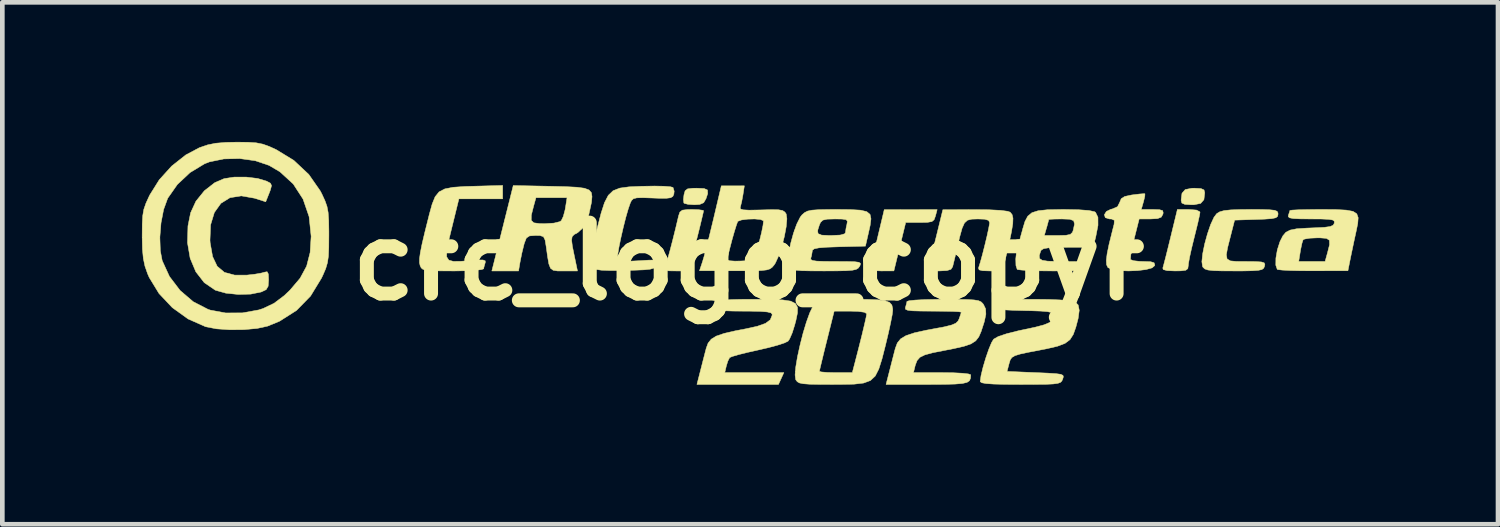
<source format=kicad_pcb>
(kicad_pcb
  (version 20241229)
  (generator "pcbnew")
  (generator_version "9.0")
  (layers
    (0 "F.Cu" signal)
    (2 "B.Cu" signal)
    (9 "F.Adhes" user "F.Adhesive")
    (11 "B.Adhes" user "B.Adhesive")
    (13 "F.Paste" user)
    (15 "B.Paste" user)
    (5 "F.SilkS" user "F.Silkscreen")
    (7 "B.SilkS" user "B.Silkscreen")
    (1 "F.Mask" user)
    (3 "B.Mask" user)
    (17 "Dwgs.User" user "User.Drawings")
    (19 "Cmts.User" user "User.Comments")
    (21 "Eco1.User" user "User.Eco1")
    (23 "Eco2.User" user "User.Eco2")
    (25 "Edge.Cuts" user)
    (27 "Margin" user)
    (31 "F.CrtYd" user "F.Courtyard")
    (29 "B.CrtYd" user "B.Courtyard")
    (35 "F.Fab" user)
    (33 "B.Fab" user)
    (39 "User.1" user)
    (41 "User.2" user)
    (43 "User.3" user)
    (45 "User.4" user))
  (footprint "crc_logo_copyr"
    (layer "F.Cu")
    (at 13.034 2.569)
    (property "Reference" "crc_logo_copyr" (at 0 0 0) (layer "F.SilkS") (effects (font (size 1.524 1.524) (thickness 0.3))))
    (attr through_hole)
    (fp_poly (pts (xy 9.723 -1.567) (xy 9.788 -1.538) (xy 9.804 -1.477) (xy 9.786 -1.328) (xy 9.716 -1.248) (xy 9.574 -1.22) (xy 9.52 -1.219) (xy 9.378 -1.227) (xy 9.312 -1.256) (xy 9.296 -1.317) (xy 9.315 -1.466) (xy 9.385 -1.546) (xy 9.527 -1.574) (xy 9.581 -1.575) (xy 9.723 -1.567)) (stroke (width 0.01) (type solid)) (fill yes) (layer "F.SilkS"))
    (fp_poly (pts (xy -0.954 -1.568) (xy -0.881 -1.536) (xy -0.877 -1.459) (xy -0.913 -1.35) (xy -0.963 -1.263) (xy -1.049 -1.226) (xy -1.164 -1.219) (xy -1.298 -1.228) (xy -1.381 -1.25) (xy -1.389 -1.258) (xy -1.398 -1.331) (xy -1.386 -1.435) (xy -1.362 -1.519) (xy -1.31 -1.56) (xy -1.201 -1.574) (xy -1.112 -1.575) (xy -0.954 -1.568)) (stroke (width 0.01) (type solid)) (fill yes) (layer "F.SilkS"))
    (fp_poly (pts (xy 4.017 -0.976) (xy 3.989 -0.899) (xy 3.941 -0.858) (xy 3.844 -0.841) (xy 3.679 -0.838) (xy 3.378 -0.838) (xy 3.251 -0.318) (xy 3.124 0.202) (xy 2.853 0.203) (xy 2.689 0.196) (xy 2.613 0.172) (xy 2.608 0.14) (xy 2.629 0.068) (xy 2.668 -0.082) (xy 2.719 -0.286) (xy 2.775 -0.518) (xy 2.917 -1.113) (xy 3.486 -1.114) (xy 4.054 -1.115) (xy 4.017 -0.976)) (stroke (width 0.01) (type solid)) (fill yes) (layer "F.SilkS"))
    (fp_poly (pts (xy -1.074 -1.113) (xy -0.982 -1.1) (xy -0.965 -1.091) (xy -0.977 -1.034) (xy -1.009 -0.899) (xy -1.056 -0.703) (xy -1.115 -0.468) (xy -1.124 -0.43) (xy -1.283 0.203) (xy -1.554 0.203) (xy -1.711 0.201) (xy -1.786 0.187) (xy -1.801 0.148) (xy -1.777 0.075) (xy -1.742 -0.038) (xy -1.69 -0.224) (xy -1.629 -0.458) (xy -1.565 -0.715) (xy -1.505 -0.969) (xy -1.503 -0.978) (xy -1.475 -1.061) (xy -1.422 -1.103) (xy -1.313 -1.116) (xy -1.218 -1.118) (xy -1.074 -1.113)) (stroke (width 0.01) (type solid)) (fill yes) (layer "F.SilkS"))
    (fp_poly (pts (xy 9.459 -1.118) (xy 9.628 -1.105) (xy 9.699 -1.067) (xy 9.702 -1.054) (xy 9.689 -0.98) (xy 9.656 -0.832) (xy 9.608 -0.636) (xy 9.576 -0.508) (xy 9.522 -0.288) (xy 9.479 -0.094) (xy 9.454 0.046) (xy 9.45 0.089) (xy 9.44 0.154) (xy 9.396 0.188) (xy 9.294 0.201) (xy 9.164 0.203) (xy 8.994 0.196) (xy 8.912 0.173) (xy 8.903 0.14) (xy 8.923 0.068) (xy 8.962 -0.081) (xy 9.013 -0.285) (xy 9.071 -0.521) (xy 9.216 -1.118) (xy 9.459 -1.118)) (stroke (width 0.01) (type solid)) (fill yes) (layer "F.SilkS"))
    (fp_poly (pts (xy -5.283 -1.49) (xy -5.283 -1.346) (xy -6.223 -1.346) (xy -6.379 -0.711) (xy -6.448 -0.427) (xy -6.486 -0.228) (xy -6.486 -0.1) (xy -6.44 -0.029) (xy -6.341 -0.002) (xy -6.181 -0.004) (xy -6.007 -0.018) (xy -5.814 -0.032) (xy -5.704 -0.032) (xy -5.657 -0.014) (xy -5.656 0.023) (xy -5.659 0.03) (xy -5.686 0.126) (xy -5.69 0.157) (xy -5.737 0.174) (xy -5.868 0.189) (xy -6.065 0.199) (xy -6.308 0.203) (xy -6.352 0.203) (xy -6.622 0.202) (xy -6.808 0.198) (xy -6.927 0.188) (xy -6.996 0.168) (xy -7.033 0.137) (xy -7.055 0.091) (xy -7.056 0.09) (xy -7.07 0.026) (xy -7.069 -0.064) (xy -7.051 -0.194) (xy -7.014 -0.379) (xy -6.954 -0.632) (xy -6.87 -0.967) (xy -6.859 -1.012) (xy -6.798 -1.233) (xy -6.734 -1.391) (xy -6.649 -1.496) (xy -6.526 -1.56) (xy -6.347 -1.595) (xy -6.094 -1.612) (xy -5.917 -1.617) (xy -5.283 -1.634) (xy -5.283 -1.49)) (stroke (width 0.01) (type solid)) (fill yes) (layer "F.SilkS"))
    (fp_poly (pts (xy -10.548 -1.784) (xy -10.357 -1.727) (xy -10.274 -1.683) (xy -10.249 -1.631) (xy -10.274 -1.537) (xy -10.298 -1.474) (xy -10.374 -1.283) (xy -10.614 -1.36) (xy -10.899 -1.41) (xy -11.142 -1.371) (xy -11.337 -1.25) (xy -11.478 -1.053) (xy -11.559 -0.786) (xy -11.572 -0.456) (xy -11.568 -0.402) (xy -11.516 -0.106) (xy -11.417 0.103) (xy -11.261 0.234) (xy -11.04 0.293) (xy -10.782 0.293) (xy -10.606 0.273) (xy -10.461 0.247) (xy -10.401 0.23) (xy -10.344 0.22) (xy -10.318 0.269) (xy -10.312 0.396) (xy -10.322 0.532) (xy -10.365 0.605) (xy -10.466 0.653) (xy -10.472 0.655) (xy -10.696 0.701) (xy -10.965 0.708) (xy -11.233 0.68) (xy -11.453 0.618) (xy -11.461 0.614) (xy -11.695 0.454) (xy -11.876 0.221) (xy -11.998 -0.07) (xy -12.055 -0.403) (xy -12.045 -0.763) (xy -11.988 -1.046) (xy -11.874 -1.294) (xy -11.693 -1.519) (xy -11.47 -1.693) (xy -11.269 -1.78) (xy -11.05 -1.814) (xy -10.794 -1.814) (xy -10.548 -1.784)) (stroke (width 0.01) (type solid)) (fill yes) (layer "F.SilkS"))
    (fp_poly (pts (xy 11.031 -1.117) (xy 11.203 -1.111) (xy 11.306 -1.1) (xy 11.359 -1.078) (xy 11.377 -1.045) (xy 11.379 -1.018) (xy 11.37 -0.971) (xy 11.332 -0.94) (xy 11.244 -0.921) (xy 11.088 -0.91) (xy 10.912 -0.904) (xy 10.446 -0.889) (xy 10.355 -0.533) (xy 10.295 -0.298) (xy 10.268 -0.144) (xy 10.284 -0.055) (xy 10.354 -0.013) (xy 10.49 -0.000478) (xy 10.689 0) (xy 10.896 0.002) (xy 11.021 0.01) (xy 11.081 0.029) (xy 11.096 0.063) (xy 11.089 0.102) (xy 11.071 0.144) (xy 11.032 0.173) (xy 10.955 0.19) (xy 10.822 0.199) (xy 10.616 0.203) (xy 10.435 0.203) (xy 10.17 0.202) (xy 9.989 0.196) (xy 9.873 0.183) (xy 9.805 0.16) (xy 9.767 0.125) (xy 9.757 0.107) (xy 9.742 0.003) (xy 9.76 -0.167) (xy 9.802 -0.375) (xy 9.862 -0.593) (xy 9.931 -0.795) (xy 10.003 -0.951) (xy 10.062 -1.029) (xy 10.127 -1.068) (xy 10.221 -1.094) (xy 10.363 -1.109) (xy 10.572 -1.116) (xy 10.775 -1.118) (xy 11.031 -1.117)) (stroke (width 0.01) (type solid)) (fill yes) (layer "F.SilkS"))
    (fp_poly (pts (xy 5.177 -1.111) (xy 5.415 -1.099) (xy 5.568 -1.079) (xy 5.622 -1.06) (xy 5.664 -1.009) (xy 5.683 -0.932) (xy 5.679 -0.813) (xy 5.65 -0.634) (xy 5.596 -0.379) (xy 5.576 -0.292) (xy 5.461 0.203) (xy 5.189 0.203) (xy 5.032 0.198) (xy 4.956 0.18) (xy 4.942 0.141) (xy 4.948 0.123) (xy 4.982 0.015) (xy 5.028 -0.152) (xy 5.078 -0.349) (xy 5.125 -0.545) (xy 5.161 -0.711) (xy 5.18 -0.818) (xy 5.182 -0.834) (xy 5.158 -0.884) (xy 5.073 -0.909) (xy 4.929 -0.914) (xy 4.798 -0.91) (xy 4.706 -0.887) (xy 4.641 -0.828) (xy 4.59 -0.715) (xy 4.539 -0.531) (xy 4.498 -0.356) (xy 4.453 -0.16) (xy 4.413 0.005) (xy 4.388 0.107) (xy 4.386 0.114) (xy 4.35 0.168) (xy 4.264 0.195) (xy 4.102 0.203) (xy 4.084 0.203) (xy 3.927 0.2) (xy 3.851 0.184) (xy 3.837 0.15) (xy 3.852 0.114) (xy 3.882 0.031) (xy 3.928 -0.128) (xy 3.985 -0.337) (xy 4.037 -0.543) (xy 4.176 -1.112) (xy 4.865 -1.114) (xy 5.177 -1.111)) (stroke (width 0.01) (type solid)) (fill yes) (layer "F.SilkS"))
    (fp_poly (pts (xy -1.819 -1.617) (xy -1.679 -1.606) (xy -1.622 -1.591) (xy -1.597 -1.511) (xy -1.604 -1.447) (xy -1.626 -1.398) (xy -1.673 -1.37) (xy -1.766 -1.358) (xy -1.927 -1.359) (xy -2.059 -1.364) (xy -2.268 -1.371) (xy -2.399 -1.368) (xy -2.473 -1.349) (xy -2.514 -1.31) (xy -2.538 -1.262) (xy -2.583 -1.133) (xy -2.636 -0.95) (xy -2.69 -0.736) (xy -2.741 -0.515) (xy -2.783 -0.312) (xy -2.81 -0.151) (xy -2.817 -0.055) (xy -2.814 -0.041) (xy -2.74 -0.013) (xy -2.567 -0.006) (xy -2.357 -0.016) (xy -2.152 -0.029) (xy -2.03 -0.031) (xy -1.972 -0.018) (xy -1.961 0.014) (xy -1.977 0.066) (xy -2 0.113) (xy -2.04 0.145) (xy -2.115 0.166) (xy -2.243 0.179) (xy -2.442 0.187) (xy -2.648 0.192) (xy -2.951 0.195) (xy -3.162 0.187) (xy -3.29 0.168) (xy -3.341 0.144) (xy -3.377 0.096) (xy -3.395 0.033) (xy -3.394 -0.063) (xy -3.371 -0.208) (xy -3.324 -0.417) (xy -3.253 -0.707) (xy -3.248 -0.727) (xy -3.167 -1.039) (xy -3.094 -1.265) (xy -3.013 -1.421) (xy -2.909 -1.521) (xy -2.766 -1.577) (xy -2.568 -1.604) (xy -2.3 -1.616) (xy -2.254 -1.617) (xy -2.018 -1.621) (xy -1.819 -1.617)) (stroke (width 0.01) (type solid)) (fill yes) (layer "F.SilkS"))
    (fp_poly (pts (xy 8.519 -1.455) (xy 8.516 -1.402) (xy 8.49 -1.292) (xy 8.486 -1.279) (xy 8.44 -1.118) (xy 8.686 -1.118) (xy 8.832 -1.113) (xy 8.9 -1.093) (xy 8.911 -1.046) (xy 8.905 -1.016) (xy 8.87 -0.953) (xy 8.79 -0.922) (xy 8.637 -0.914) (xy 8.636 -0.914) (xy 8.395 -0.914) (xy 8.29 -0.498) (xy 8.245 -0.303) (xy 8.216 -0.147) (xy 8.208 -0.053) (xy 8.21 -0.041) (xy 8.272 -0.017) (xy 8.4 -0.003) (xy 8.49 0) (xy 8.642 0.005) (xy 8.715 0.027) (xy 8.73 0.073) (xy 8.728 0.089) (xy 8.672 0.137) (xy 8.542 0.173) (xy 8.364 0.195) (xy 8.167 0.203) (xy 7.977 0.196) (xy 7.822 0.173) (xy 7.727 0.133) (xy 7.721 0.126) (xy 7.694 0.069) (xy 7.689 -0.023) (xy 7.706 -0.165) (xy 7.748 -0.37) (xy 7.818 -0.652) (xy 7.856 -0.8) (xy 7.862 -0.885) (xy 7.801 -0.913) (xy 7.758 -0.914) (xy 7.667 -0.942) (xy 7.647 -1.005) (xy 7.69 -1.075) (xy 7.788 -1.123) (xy 7.814 -1.127) (xy 7.93 -1.178) (xy 7.976 -1.27) (xy 8.01 -1.35) (xy 8.084 -1.397) (xy 8.227 -1.428) (xy 8.256 -1.432) (xy 8.402 -1.45) (xy 8.498 -1.457) (xy 8.519 -1.455)) (stroke (width 0.01) (type solid)) (fill yes) (layer "F.SilkS"))
    (fp_poly (pts (xy -4.253 -1.616) (xy -3.926 -1.608) (xy -3.688 -1.596) (xy -3.525 -1.574) (xy -3.426 -1.536) (xy -3.376 -1.479) (xy -3.363 -1.396) (xy -3.373 -1.282) (xy -3.376 -1.262) (xy -3.443 -0.953) (xy -3.54 -0.74) (xy -3.667 -0.622) (xy -3.67 -0.62) (xy -3.747 -0.579) (xy -3.79 -0.533) (xy -3.801 -0.458) (xy -3.785 -0.33) (xy -3.744 -0.128) (xy -3.741 -0.114) (xy -3.675 0.203) (xy -3.967 0.203) (xy -4.105 0.203) (xy -4.196 0.189) (xy -4.254 0.146) (xy -4.29 0.053) (xy -4.318 -0.106) (xy -4.347 -0.318) (xy -4.371 -0.462) (xy -4.406 -0.533) (xy -4.478 -0.557) (xy -4.575 -0.559) (xy -4.705 -0.55) (xy -4.773 -0.505) (xy -4.817 -0.393) (xy -4.824 -0.368) (xy -4.87 -0.181) (xy -4.908 0.008) (xy -4.909 0.013) (xy -4.941 0.203) (xy -5.515 0.203) (xy -5.242 -0.885) (xy -4.669 -0.885) (xy -4.613 -0.831) (xy -4.485 -0.814) (xy -4.375 -0.813) (xy -4.18 -0.825) (xy -4.052 -0.857) (xy -4.022 -0.879) (xy -3.979 -0.969) (xy -3.941 -1.111) (xy -3.933 -1.158) (xy -3.899 -1.372) (xy -4.567 -1.372) (xy -4.62 -1.181) (xy -4.667 -0.995) (xy -4.669 -0.885) (xy -5.242 -0.885) (xy -5.055 -1.632) (xy -4.253 -1.616)) (stroke (width 0.01) (type solid)) (fill yes) (layer "F.SilkS"))
    (fp_poly (pts (xy 0.489 0.815) (xy 0.738 0.826) (xy 0.907 0.852) (xy 1.008 0.903) (xy 1.053 0.985) (xy 1.052 1.105) (xy 1.018 1.271) (xy 0.992 1.367) (xy 0.94 1.533) (xy 0.883 1.664) (xy 0.85 1.712) (xy 0.775 1.749) (xy 0.623 1.799) (xy 0.417 1.854) (xy 0.207 1.902) (xy -0.024 1.954) (xy -0.217 2.002) (xy -0.352 2.042) (xy -0.406 2.066) (xy -0.445 2.143) (xy -0.477 2.248) (xy -0.51 2.388) (xy 0.76 2.388) (xy 0.644 2.642) (xy -1.108 2.642) (xy -1.033 2.349) (xy -0.982 2.149) (xy -0.932 1.955) (xy -0.908 1.863) (xy -0.868 1.754) (xy -0.801 1.67) (xy -0.693 1.603) (xy -0.526 1.546) (xy -0.284 1.49) (xy -0.076 1.45) (xy 0.19 1.392) (xy 0.367 1.329) (xy 0.468 1.253) (xy 0.507 1.158) (xy 0.508 1.133) (xy 0.484 1.104) (xy 0.403 1.084) (xy 0.252 1.072) (xy 0.018 1.067) (xy -0.102 1.067) (xy -0.337 1.065) (xy -0.53 1.058) (xy -0.661 1.049) (xy -0.711 1.038) (xy -0.711 1.038) (xy -0.69 0.975) (xy -0.659 0.911) (xy -0.631 0.873) (xy -0.584 0.846) (xy -0.503 0.829) (xy -0.37 0.819) (xy -0.169 0.814) (xy 0.115 0.813) (xy 0.151 0.813) (xy 0.489 0.815)) (stroke (width 0.01) (type solid)) (fill yes) (layer "F.SilkS"))
    (fp_poly (pts (xy -0.12 -1.427) (xy -0.147 -1.281) (xy -0.174 -1.174) (xy -0.178 -1.16) (xy -0.172 -1.128) (xy -0.112 -1.11) (xy 0.016 -1.103) (xy 0.228 -1.107) (xy 0.275 -1.108) (xy 0.501 -1.114) (xy 0.646 -1.111) (xy 0.733 -1.095) (xy 0.782 -1.062) (xy 0.81 -1.021) (xy 0.825 -0.917) (xy 0.81 -0.747) (xy 0.771 -0.538) (xy 0.715 -0.32) (xy 0.648 -0.12) (xy 0.578 0.033) (xy 0.549 0.077) (xy 0.507 0.126) (xy 0.46 0.159) (xy 0.39 0.181) (xy 0.28 0.194) (xy 0.111 0.199) (xy -0.132 0.2) (xy -0.301 0.2) (xy -1.053 0.198) (xy -0.99 0.01) (xy -0.976 -0.036) (xy -0.456 -0.036) (xy -0.411 -0.016) (xy -0.292 -0.008) (xy -0.165 -0.01) (xy 0.127 -0.025) (xy 0.234 -0.432) (xy 0.281 -0.623) (xy 0.312 -0.777) (xy 0.322 -0.866) (xy 0.32 -0.876) (xy 0.257 -0.903) (xy 0.132 -0.914) (xy -0.016 -0.91) (xy -0.149 -0.893) (xy -0.227 -0.864) (xy -0.232 -0.858) (xy -0.259 -0.786) (xy -0.302 -0.648) (xy -0.352 -0.473) (xy -0.399 -0.293) (xy -0.437 -0.14) (xy -0.456 -0.045) (xy -0.456 -0.036) (xy -0.976 -0.036) (xy -0.955 -0.107) (xy -0.904 -0.3) (xy -0.842 -0.544) (xy -0.776 -0.815) (xy -0.755 -0.901) (xy -0.584 -1.625) (xy -0.336 -1.625) (xy -0.089 -1.626) (xy -0.12 -1.427)) (stroke (width 0.01) (type solid)) (fill yes) (layer "F.SilkS"))
    (fp_poly (pts (xy 12.623 -1.116) (xy 12.845 -1.104) (xy 12.99 -1.077) (xy 13.071 -1.025) (xy 13.101 -0.941) (xy 13.092 -0.819) (xy 13.062 -0.669) (xy 13.012 -0.44) (xy 12.96 -0.192) (xy 12.939 -0.092) (xy 12.881 0.198) (xy 12.138 0.2) (xy 11.873 0.199) (xy 11.645 0.194) (xy 11.473 0.185) (xy 11.376 0.174) (xy 11.362 0.169) (xy 11.331 0.079) (xy 11.332 0) (xy 11.823 0) (xy 12.39 0) (xy 12.443 -0.191) (xy 12.486 -0.361) (xy 12.483 -0.456) (xy 12.42 -0.497) (xy 12.28 -0.508) (xy 12.22 -0.508) (xy 12.062 -0.501) (xy 11.95 -0.482) (xy 11.917 -0.465) (xy 11.893 -0.391) (xy 11.865 -0.259) (xy 11.857 -0.211) (xy 11.823 0) (xy 11.332 0) (xy 11.333 -0.072) (xy 11.364 -0.251) (xy 11.419 -0.423) (xy 11.428 -0.443) (xy 11.484 -0.553) (xy 11.548 -0.628) (xy 11.64 -0.675) (xy 11.78 -0.703) (xy 11.989 -0.717) (xy 12.166 -0.724) (xy 12.373 -0.734) (xy 12.499 -0.751) (xy 12.564 -0.78) (xy 12.589 -0.825) (xy 12.589 -0.826) (xy 12.587 -0.866) (xy 12.552 -0.892) (xy 12.467 -0.906) (xy 12.313 -0.913) (xy 12.089 -0.914) (xy 11.854 -0.916) (xy 11.705 -0.923) (xy 11.625 -0.939) (xy 11.598 -0.965) (xy 11.602 -0.995) (xy 11.629 -1.076) (xy 11.633 -1.096) (xy 11.681 -1.104) (xy 11.812 -1.111) (xy 12.007 -1.115) (xy 12.248 -1.118) (xy 12.313 -1.118) (xy 12.623 -1.116)) (stroke (width 0.01) (type solid)) (fill yes) (layer "F.SilkS"))
    (fp_poly (pts (xy 2.561 0.815) (xy 2.787 0.824) (xy 2.94 0.845) (xy 3.033 0.881) (xy 3.081 0.936) (xy 3.098 1.014) (xy 3.099 1.055) (xy 3.087 1.149) (xy 3.054 1.318) (xy 3.006 1.538) (xy 2.947 1.785) (xy 2.945 1.794) (xy 2.869 2.092) (xy 2.8 2.311) (xy 2.723 2.462) (xy 2.62 2.558) (xy 2.474 2.612) (xy 2.269 2.636) (xy 1.988 2.641) (xy 1.802 2.642) (xy 1.515 2.641) (xy 1.312 2.637) (xy 1.178 2.627) (xy 1.095 2.61) (xy 1.048 2.583) (xy 1.018 2.544) (xy 1.014 2.536) (xy 1.001 2.438) (xy 1.007 2.361) (xy 1.524 2.361) (xy 1.57 2.374) (xy 1.693 2.384) (xy 1.865 2.388) (xy 1.878 2.388) (xy 2.231 2.388) (xy 2.281 2.197) (xy 2.363 1.88) (xy 2.434 1.598) (xy 2.489 1.368) (xy 2.526 1.205) (xy 2.54 1.124) (xy 2.54 1.122) (xy 2.492 1.091) (xy 2.355 1.072) (xy 2.191 1.067) (xy 1.841 1.067) (xy 1.683 1.7) (xy 1.623 1.94) (xy 1.574 2.143) (xy 1.539 2.289) (xy 1.524 2.358) (xy 1.524 2.361) (xy 1.007 2.361) (xy 1.016 2.266) (xy 1.053 2.045) (xy 1.108 1.795) (xy 1.173 1.539) (xy 1.245 1.301) (xy 1.317 1.102) (xy 1.383 0.966) (xy 1.407 0.934) (xy 1.455 0.886) (xy 1.51 0.853) (xy 1.589 0.832) (xy 1.71 0.82) (xy 1.891 0.814) (xy 2.151 0.813) (xy 2.248 0.813) (xy 2.561 0.815)) (stroke (width 0.01) (type solid)) (fill yes) (layer "F.SilkS"))
    (fp_poly (pts (xy 7.093 -1.112) (xy 7.315 -1.096) (xy 7.437 -1.069) (xy 7.457 -1.057) (xy 7.509 -0.95) (xy 7.51 -0.777) (xy 7.462 -0.53) (xy 7.405 -0.305) (xy 6.857 -0.305) (xy 6.608 -0.302) (xy 6.442 -0.293) (xy 6.343 -0.276) (xy 6.293 -0.247) (xy 6.279 -0.224) (xy 6.248 -0.128) (xy 6.254 -0.064) (xy 6.309 -0.026) (xy 6.429 -0.007) (xy 6.628 -0.001) (xy 6.777 0) (xy 7.013 0.001) (xy 7.164 0.007) (xy 7.248 0.02) (xy 7.282 0.045) (xy 7.283 0.085) (xy 7.279 0.102) (xy 7.263 0.142) (xy 7.227 0.169) (xy 7.156 0.187) (xy 7.034 0.198) (xy 6.844 0.202) (xy 6.571 0.203) (xy 6.53 0.203) (xy 6.269 0.201) (xy 6.045 0.195) (xy 5.877 0.185) (xy 5.785 0.174) (xy 5.774 0.169) (xy 5.747 0.087) (xy 5.743 -0.055) (xy 5.76 -0.218) (xy 5.789 -0.335) (xy 5.833 -0.481) (xy 5.854 -0.559) (xy 6.357 -0.559) (xy 6.652 -0.559) (xy 6.821 -0.563) (xy 6.915 -0.582) (xy 6.961 -0.626) (xy 6.978 -0.673) (xy 7.006 -0.805) (xy 6.987 -0.877) (xy 6.904 -0.908) (xy 6.737 -0.914) (xy 6.731 -0.914) (xy 6.578 -0.912) (xy 6.476 -0.907) (xy 6.452 -0.901) (xy 6.439 -0.849) (xy 6.409 -0.738) (xy 6.404 -0.724) (xy 6.357 -0.559) (xy 5.854 -0.559) (xy 5.882 -0.659) (xy 5.893 -0.701) (xy 5.941 -0.861) (xy 6.001 -0.974) (xy 6.09 -1.048) (xy 6.225 -1.091) (xy 6.424 -1.112) (xy 6.704 -1.117) (xy 6.772 -1.118) (xy 7.093 -1.112)) (stroke (width 0.01) (type solid)) (fill yes) (layer "F.SilkS"))
    (fp_poly (pts (xy 2.196 -1.115) (xy 2.407 -1.103) (xy 2.541 -1.071) (xy 2.612 -1.012) (xy 2.632 -0.917) (xy 2.614 -0.776) (xy 2.585 -0.645) (xy 2.513 -0.33) (xy 1.942 -0.316) (xy 1.683 -0.307) (xy 1.512 -0.293) (xy 1.414 -0.273) (xy 1.374 -0.244) (xy 1.372 -0.231) (xy 1.354 -0.121) (xy 1.341 -0.08) (xy 1.338 -0.045) (xy 1.374 -0.022) (xy 1.464 -0.008) (xy 1.623 -0.002) (xy 1.867 -0.000002) (xy 1.876 0) (xy 2.121 0.001) (xy 2.281 0.005) (xy 2.37 0.017) (xy 2.405 0.038) (xy 2.402 0.072) (xy 2.388 0.102) (xy 2.359 0.142) (xy 2.312 0.17) (xy 2.231 0.188) (xy 2.098 0.198) (xy 1.896 0.202) (xy 1.626 0.203) (xy 1.343 0.202) (xy 1.145 0.198) (xy 1.015 0.187) (xy 0.935 0.169) (xy 0.89 0.14) (xy 0.865 0.103) (xy 0.848 -0.005) (xy 0.864 -0.178) (xy 0.906 -0.388) (xy 0.966 -0.606) (xy 0.987 -0.665) (xy 1.485 -0.665) (xy 1.495 -0.598) (xy 1.571 -0.567) (xy 1.728 -0.559) (xy 1.778 -0.559) (xy 1.969 -0.568) (xy 2.067 -0.595) (xy 2.083 -0.622) (xy 2.097 -0.72) (xy 2.115 -0.8) (xy 2.125 -0.865) (xy 2.098 -0.899) (xy 2.01 -0.912) (xy 1.859 -0.914) (xy 1.693 -0.91) (xy 1.599 -0.889) (xy 1.548 -0.84) (xy 1.523 -0.784) (xy 1.485 -0.665) (xy 0.987 -0.665) (xy 1.037 -0.804) (xy 1.112 -0.953) (xy 1.15 -1.002) (xy 1.205 -1.05) (xy 1.269 -1.083) (xy 1.363 -1.103) (xy 1.505 -1.113) (xy 1.716 -1.117) (xy 1.896 -1.118) (xy 2.196 -1.115)) (stroke (width 0.01) (type solid)) (fill yes) (layer "F.SilkS"))
    (fp_poly (pts (xy 4.487 0.814) (xy 4.701 0.817) (xy 4.846 0.826) (xy 4.939 0.841) (xy 4.996 0.866) (xy 5.034 0.902) (xy 5.05 0.924) (xy 5.095 1.017) (xy 5.101 1.133) (xy 5.067 1.295) (xy 4.999 1.504) (xy 4.949 1.619) (xy 4.883 1.704) (xy 4.783 1.769) (xy 4.63 1.822) (xy 4.406 1.873) (xy 4.206 1.912) (xy 3.956 1.961) (xy 3.788 2.007) (xy 3.683 2.059) (xy 3.622 2.129) (xy 3.585 2.225) (xy 3.579 2.248) (xy 3.545 2.388) (xy 4.16 2.388) (xy 4.398 2.391) (xy 4.592 2.401) (xy 4.725 2.416) (xy 4.775 2.434) (xy 4.775 2.434) (xy 4.771 2.507) (xy 4.749 2.561) (xy 4.695 2.598) (xy 4.597 2.621) (xy 4.44 2.634) (xy 4.211 2.64) (xy 3.896 2.642) (xy 3.835 2.642) (xy 2.956 2.642) (xy 3.031 2.349) (xy 3.082 2.15) (xy 3.131 1.958) (xy 3.155 1.867) (xy 3.198 1.751) (xy 3.269 1.663) (xy 3.385 1.593) (xy 3.561 1.534) (xy 3.814 1.478) (xy 3.979 1.447) (xy 4.211 1.404) (xy 4.362 1.366) (xy 4.452 1.328) (xy 4.502 1.281) (xy 4.525 1.235) (xy 4.56 1.134) (xy 4.572 1.089) (xy 4.524 1.08) (xy 4.395 1.073) (xy 4.203 1.069) (xy 3.968 1.067) (xy 3.957 1.067) (xy 3.697 1.065) (xy 3.524 1.06) (xy 3.422 1.048) (xy 3.375 1.027) (xy 3.37 0.997) (xy 3.373 0.986) (xy 3.4 0.89) (xy 3.404 0.859) (xy 3.452 0.843) (xy 3.585 0.829) (xy 3.789 0.819) (xy 4.046 0.814) (xy 4.188 0.813) (xy 4.487 0.814)) (stroke (width 0.01) (type solid)) (fill yes) (layer "F.SilkS"))
    (fp_poly (pts (xy 6.451 0.816) (xy 6.694 0.826) (xy 6.883 0.841) (xy 6.996 0.859) (xy 7.014 0.865) (xy 7.084 0.934) (xy 7.107 1.049) (xy 7.083 1.227) (xy 7.034 1.413) (xy 6.979 1.568) (xy 6.908 1.679) (xy 6.802 1.759) (xy 6.642 1.82) (xy 6.408 1.875) (xy 6.274 1.901) (xy 6.014 1.951) (xy 5.837 1.989) (xy 5.724 2.024) (xy 5.659 2.063) (xy 5.624 2.115) (xy 5.602 2.186) (xy 5.598 2.2) (xy 5.556 2.362) (xy 6.175 2.388) (xy 6.434 2.399) (xy 6.606 2.41) (xy 6.709 2.424) (xy 6.757 2.446) (xy 6.766 2.478) (xy 6.752 2.526) (xy 6.751 2.527) (xy 6.733 2.569) (xy 6.702 2.599) (xy 6.645 2.619) (xy 6.547 2.632) (xy 6.392 2.639) (xy 6.165 2.641) (xy 5.853 2.642) (xy 5.844 2.642) (xy 5.51 2.64) (xy 5.268 2.634) (xy 5.106 2.623) (xy 5.014 2.606) (xy 4.98 2.583) (xy 4.979 2.578) (xy 4.997 2.45) (xy 5.04 2.272) (xy 5.099 2.073) (xy 5.164 1.885) (xy 5.225 1.739) (xy 5.268 1.669) (xy 5.368 1.612) (xy 5.554 1.55) (xy 5.811 1.486) (xy 5.893 1.469) (xy 6.165 1.411) (xy 6.351 1.361) (xy 6.468 1.312) (xy 6.53 1.258) (xy 6.552 1.191) (xy 6.553 1.164) (xy 6.545 1.124) (xy 6.508 1.096) (xy 6.426 1.078) (xy 6.283 1.066) (xy 6.061 1.058) (xy 5.95 1.056) (xy 5.696 1.049) (xy 5.526 1.041) (xy 5.427 1.028) (xy 5.382 1.007) (xy 5.375 0.974) (xy 5.39 0.927) (xy 5.41 0.883) (xy 5.444 0.852) (xy 5.507 0.831) (xy 5.616 0.82) (xy 5.786 0.814) (xy 6.035 0.813) (xy 6.174 0.813) (xy 6.451 0.816)) (stroke (width 0.01) (type solid)) (fill yes) (layer "F.SilkS"))
    (fp_poly (pts (xy -10.755 -2.562) (xy -10.579 -2.55) (xy -10.438 -2.522) (xy -10.296 -2.471) (xy -10.148 -2.403) (xy -9.771 -2.173) (xy -9.449 -1.871) (xy -9.201 -1.515) (xy -9.166 -1.447) (xy -9.101 -1.306) (xy -9.058 -1.185) (xy -9.033 -1.054) (xy -9.021 -0.886) (xy -9.017 -0.654) (xy -9.017 -0.559) (xy -9.019 -0.3) (xy -9.027 -0.114) (xy -9.048 0.027) (xy -9.085 0.153) (xy -9.144 0.29) (xy -9.175 0.356) (xy -9.411 0.743) (xy -9.713 1.052) (xy -10.08 1.285) (xy -10.334 1.389) (xy -10.557 1.438) (xy -10.841 1.464) (xy -11.145 1.467) (xy -11.432 1.447) (xy -11.663 1.402) (xy -11.669 1.4) (xy -12.042 1.235) (xy -12.381 0.991) (xy -12.667 0.688) (xy -12.877 0.344) (xy -12.912 0.264) (xy -12.969 0.101) (xy -13.004 -0.064) (xy -13.023 -0.263) (xy -13.029 -0.52) (xy -12.649 -0.52) (xy -12.639 -0.23) (xy -12.599 -0.019) (xy -12.443 0.322) (xy -12.214 0.623) (xy -11.931 0.865) (xy -11.612 1.029) (xy -11.564 1.045) (xy -11.235 1.106) (xy -10.873 1.104) (xy -10.525 1.041) (xy -10.429 1.01) (xy -10.195 0.898) (xy -9.976 0.733) (xy -9.851 0.614) (xy -9.635 0.359) (xy -9.495 0.1) (xy -9.42 -0.193) (xy -9.398 -0.541) (xy -9.442 -0.963) (xy -9.572 -1.341) (xy -9.782 -1.665) (xy -10.068 -1.927) (xy -10.302 -2.065) (xy -10.597 -2.165) (xy -10.934 -2.212) (xy -11.276 -2.204) (xy -11.586 -2.14) (xy -11.69 -2.099) (xy -12 -1.911) (xy -12.273 -1.655) (xy -12.478 -1.362) (xy -12.484 -1.349) (xy -12.568 -1.118) (xy -12.624 -0.829) (xy -12.649 -0.52) (xy -13.029 -0.52) (xy -13.029 -0.529) (xy -13.029 -0.56) (xy -13.027 -0.807) (xy -13.017 -0.983) (xy -12.993 -1.121) (xy -12.948 -1.251) (xy -12.878 -1.404) (xy -12.864 -1.432) (xy -12.662 -1.755) (xy -12.395 -2.05) (xy -12.09 -2.291) (xy -11.8 -2.445) (xy -11.626 -2.505) (xy -11.45 -2.541) (xy -11.236 -2.559) (xy -10.998 -2.564) (xy -10.755 -2.562)) (stroke (width 0.01) (type solid)) (fill yes) (layer "F.SilkS")))
  (gr_rect
    (start -3 -3)
    (end 29.14 8.215)
    (stroke (width 0.1) (type default))
    (fill no)
    (layer "Edge.Cuts")))
</source>
